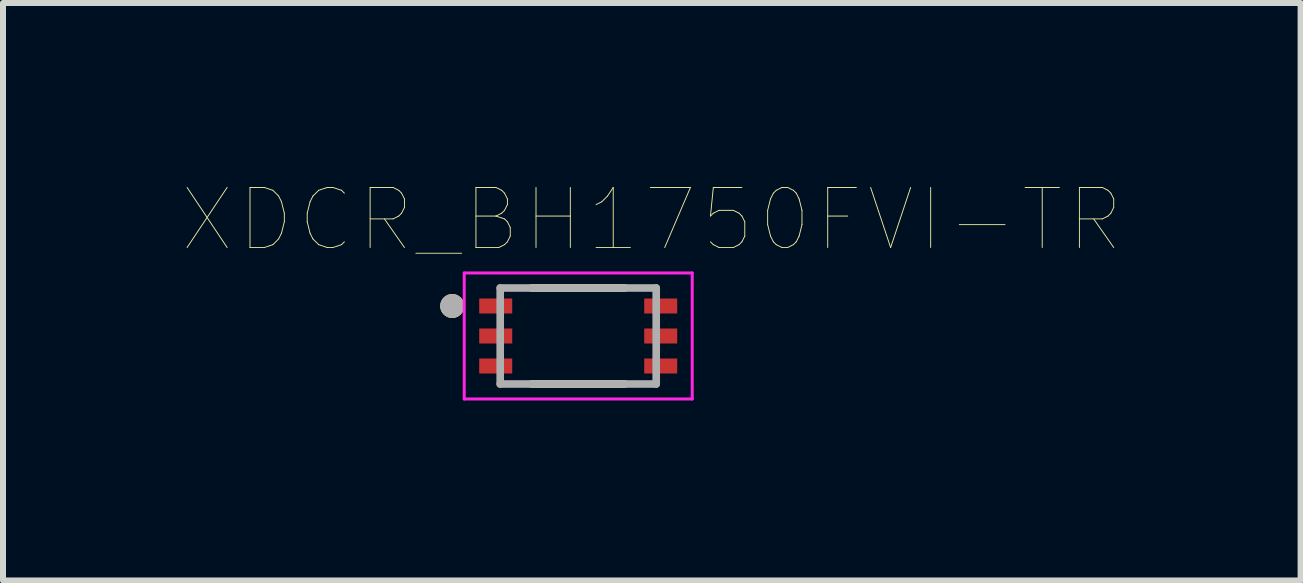
<source format=kicad_pcb>
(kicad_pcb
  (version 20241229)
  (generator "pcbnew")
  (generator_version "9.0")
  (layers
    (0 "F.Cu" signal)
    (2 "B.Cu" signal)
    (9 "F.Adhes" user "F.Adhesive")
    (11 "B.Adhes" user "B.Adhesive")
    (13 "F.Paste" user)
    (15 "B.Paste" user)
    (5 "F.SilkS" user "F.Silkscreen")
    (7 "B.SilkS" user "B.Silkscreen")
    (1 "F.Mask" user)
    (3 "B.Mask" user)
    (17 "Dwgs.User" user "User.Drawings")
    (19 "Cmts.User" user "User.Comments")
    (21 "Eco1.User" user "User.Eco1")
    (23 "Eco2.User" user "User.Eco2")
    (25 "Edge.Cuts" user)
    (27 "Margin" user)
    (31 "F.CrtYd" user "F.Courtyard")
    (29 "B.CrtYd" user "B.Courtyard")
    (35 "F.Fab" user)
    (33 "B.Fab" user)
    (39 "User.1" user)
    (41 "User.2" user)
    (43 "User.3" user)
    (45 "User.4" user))
  (footprint "XDCR_BH1750FVI-TR"
    (layer "F.Cu")
    (at 6.587 2.55)
    (property "Reference" "XDCR_BH1750FVI-TR" (at 1.227 -1.937 0) (layer "F.SilkS") (effects (font (size 1.001 1.001) (thickness 0.015))))
    (attr through_hole)
    (fp_line (start -0.78 0.8) (end 0.78 0.8) (stroke (width 0.127) (type solid)) (layer "F.SilkS"))
    (fp_line (start 0.78 -0.8) (end -0.78 -0.8) (stroke (width 0.127) (type solid)) (layer "F.SilkS"))
    (fp_circle (center -2.1 -0.5) (end -2 -0.5) (stroke (width 0.2) (type solid)) (fill no) (layer "F.SilkS"))
    (fp_line (start -1.9 -1.05) (end 1.9 -1.05) (stroke (width 0.05) (type solid)) (layer "F.CrtYd"))
    (fp_line (start -1.9 1.05) (end -1.9 -1.05) (stroke (width 0.05) (type solid)) (layer "F.CrtYd"))
    (fp_line (start 1.9 -1.05) (end 1.9 1.05) (stroke (width 0.05) (type solid)) (layer "F.CrtYd"))
    (fp_line (start 1.9 1.05) (end -1.9 1.05) (stroke (width 0.05) (type solid)) (layer "F.CrtYd"))
    (fp_line (start -1.3 -0.8) (end -1.3 0.8) (stroke (width 0.127) (type solid)) (layer "F.Fab"))
    (fp_line (start -1.3 0.8) (end 1.3 0.8) (stroke (width 0.127) (type solid)) (layer "F.Fab"))
    (fp_line (start 1.3 -0.8) (end -1.3 -0.8) (stroke (width 0.127) (type solid)) (layer "F.Fab"))
    (fp_line (start 1.3 0.8) (end 1.3 -0.8) (stroke (width 0.127) (type solid)) (layer "F.Fab"))
    (fp_circle (center -2.1 -0.5) (end -2 -0.5) (stroke (width 0.2) (type solid)) (fill no) (layer "F.Fab"))
    (pad "1" smd rect (at -1.375 -0.5) (size 0.55 0.25) (layers "F.Cu" "F.Mask" "F.Paste"))
    (pad "2" smd rect (at -1.375 0) (size 0.55 0.25) (layers "F.Cu" "F.Mask" "F.Paste"))
    (pad "3" smd rect (at -1.375 0.5) (size 0.55 0.25) (layers "F.Cu" "F.Mask" "F.Paste"))
    (pad "4" smd rect (at 1.375 0.5) (size 0.55 0.25) (layers "F.Cu" "F.Mask" "F.Paste"))
    (pad "5" smd rect (at 1.375 0) (size 0.55 0.25) (layers "F.Cu" "F.Mask" "F.Paste"))
    (pad "6" smd rect (at 1.375 -0.5) (size 0.55 0.25) (layers "F.Cu" "F.Mask" "F.Paste")))
  (gr_rect
    (start -3 -3)
    (end 18.627 6.625)
    (stroke (width 0.1) (type default))
    (fill no)
    (layer "Edge.Cuts")))
</source>
